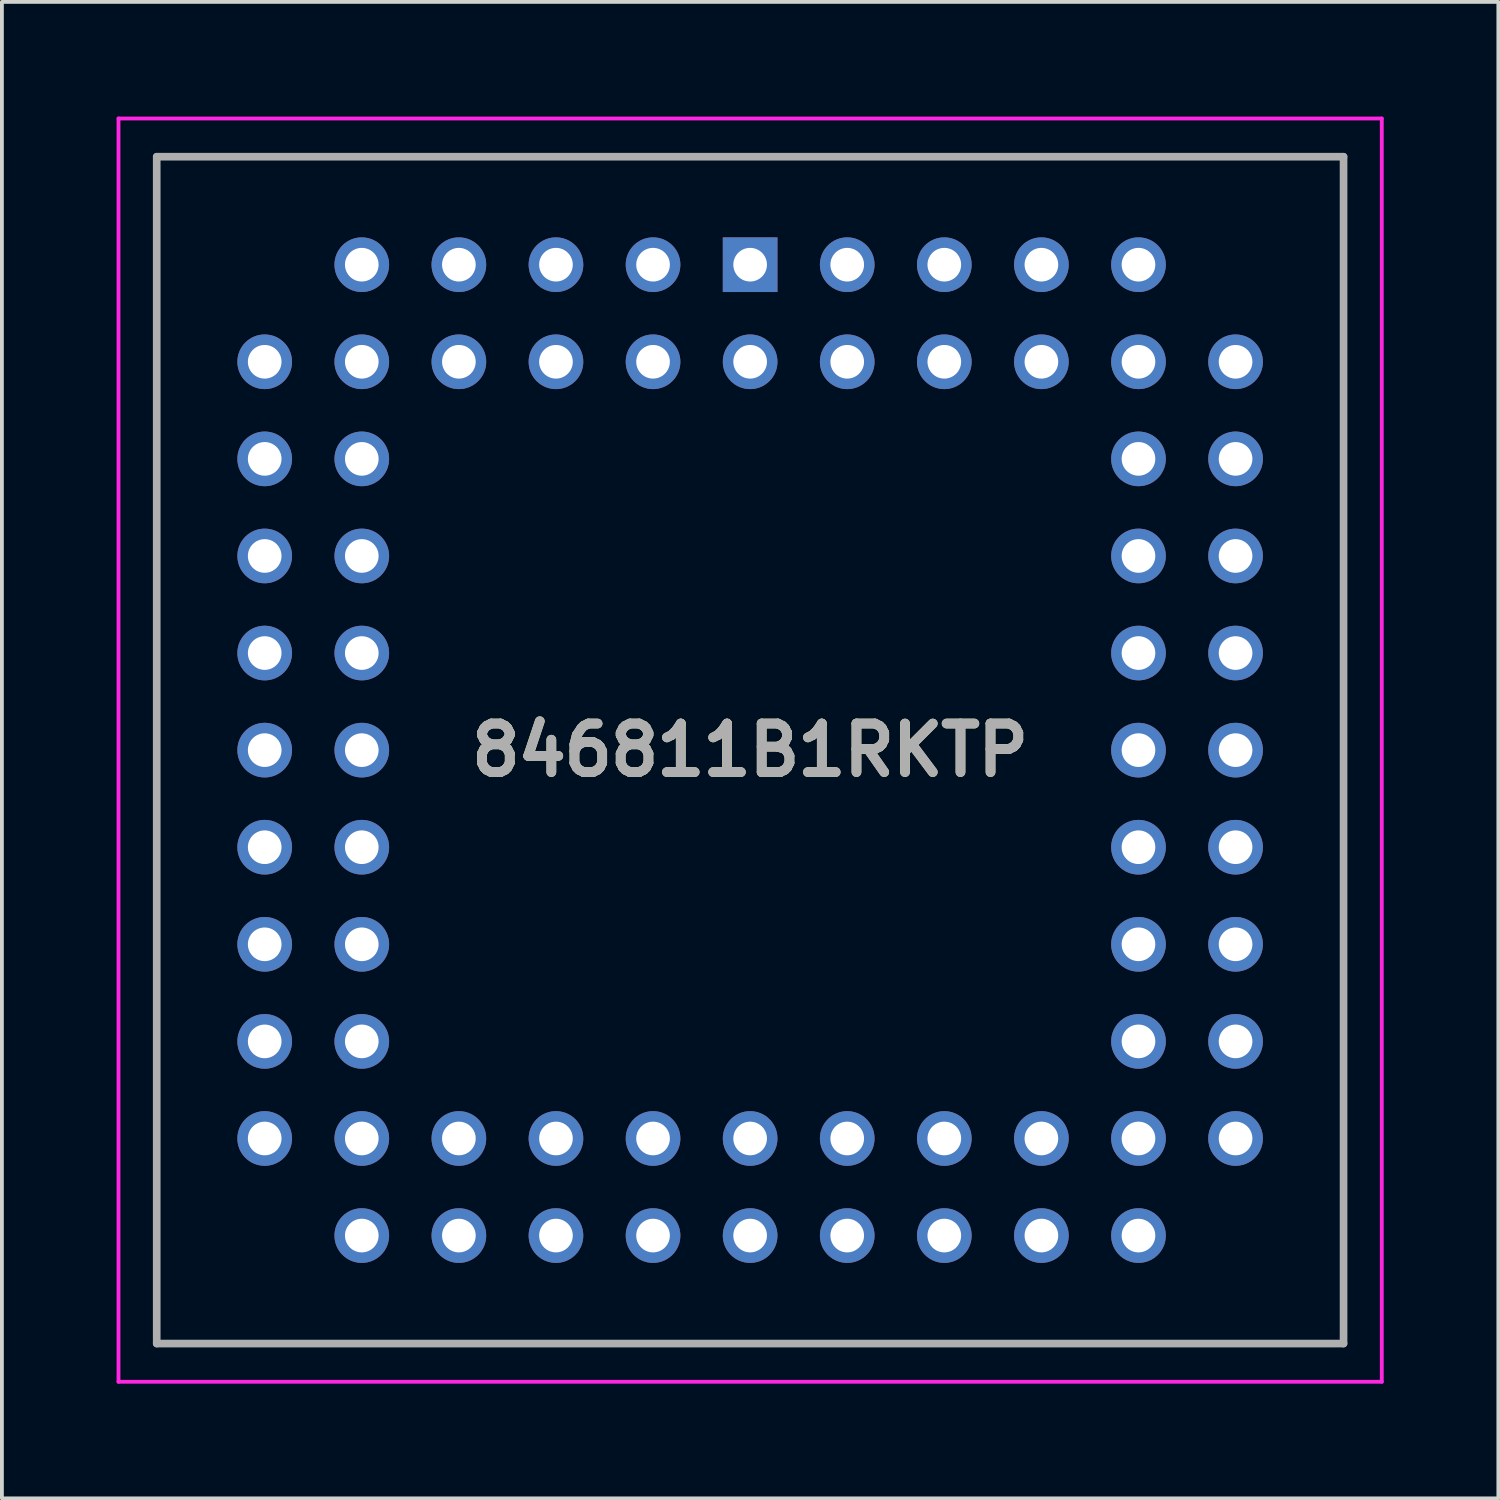
<source format=kicad_pcb>
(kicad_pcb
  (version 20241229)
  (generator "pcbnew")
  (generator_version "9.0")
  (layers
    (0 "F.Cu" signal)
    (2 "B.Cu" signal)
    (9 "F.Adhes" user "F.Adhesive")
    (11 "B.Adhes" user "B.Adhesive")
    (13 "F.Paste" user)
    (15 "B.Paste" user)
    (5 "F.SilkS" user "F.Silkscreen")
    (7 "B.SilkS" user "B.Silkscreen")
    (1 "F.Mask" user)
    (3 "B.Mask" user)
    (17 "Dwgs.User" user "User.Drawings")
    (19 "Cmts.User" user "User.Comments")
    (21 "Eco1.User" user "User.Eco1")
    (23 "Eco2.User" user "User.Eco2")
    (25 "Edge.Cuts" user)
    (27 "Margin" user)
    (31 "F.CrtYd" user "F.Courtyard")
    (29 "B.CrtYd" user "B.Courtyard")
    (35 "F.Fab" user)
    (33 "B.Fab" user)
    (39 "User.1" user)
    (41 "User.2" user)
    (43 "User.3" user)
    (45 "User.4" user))
  (footprint "846811B1RKTP"
    (layer "F.Cu")
    (at 16.575 3.875)
    (property "Reference" "846811B1RKTP" (at 0 12.7 0) (layer "F.SilkS") (effects (font (size 1.27 1.27) (thickness 0.254))))
    (attr through_hole)
    (fp_line (start -15.525 -2.825) (end 15.525 -2.825) (stroke (width 0.1) (type solid)) (layer "F.SilkS"))
    (fp_line (start -15.525 28.225) (end -15.525 -2.825) (stroke (width 0.1) (type solid)) (layer "F.SilkS"))
    (fp_line (start 15.525 -2.825) (end 15.525 28.225) (stroke (width 0.1) (type solid)) (layer "F.SilkS"))
    (fp_line (start 15.525 28.225) (end -15.525 28.225) (stroke (width 0.1) (type solid)) (layer "F.SilkS"))
    (fp_line (start -16.525 -3.825) (end 16.525 -3.825) (stroke (width 0.1) (type solid)) (layer "F.CrtYd"))
    (fp_line (start -16.525 29.225) (end -16.525 -3.825) (stroke (width 0.1) (type solid)) (layer "F.CrtYd"))
    (fp_line (start 16.525 -3.825) (end 16.525 29.225) (stroke (width 0.1) (type solid)) (layer "F.CrtYd"))
    (fp_line (start 16.525 29.225) (end -16.525 29.225) (stroke (width 0.1) (type solid)) (layer "F.CrtYd"))
    (fp_line (start -15.525 -2.825) (end -15.525 28.225) (stroke (width 0.2) (type solid)) (layer "F.Fab"))
    (fp_line (start -15.525 28.225) (end 15.525 28.225) (stroke (width 0.2) (type solid)) (layer "F.Fab"))
    (fp_line (start 15.525 -2.825) (end -15.525 -2.825) (stroke (width 0.2) (type solid)) (layer "F.Fab"))
    (fp_line (start 15.525 28.225) (end 15.525 -2.825) (stroke (width 0.2) (type solid)) (layer "F.Fab"))
    (fp_text user "${REFERENCE}" (at 0 12.7 0) (layer "F.Fab") (effects (font (size 1.27 1.27) (thickness 0.254))))
    (pad "1" thru_hole rect (at 0 0) (size 1.43 1.43) (drill 0.88) (layers "*.Cu" "*.Mask"))
    (pad "2" thru_hole circle (at 0 2.54) (size 1.43 1.43) (drill 0.88) (layers "*.Cu" "*.Mask"))
    (pad "3" thru_hole circle (at -2.54 0) (size 1.43 1.43) (drill 0.88) (layers "*.Cu" "*.Mask"))
    (pad "4" thru_hole circle (at -2.54 2.54) (size 1.43 1.43) (drill 0.88) (layers "*.Cu" "*.Mask"))
    (pad "5" thru_hole circle (at -5.08 0) (size 1.43 1.43) (drill 0.88) (layers "*.Cu" "*.Mask"))
    (pad "6" thru_hole circle (at -5.08 2.54) (size 1.43 1.43) (drill 0.88) (layers "*.Cu" "*.Mask"))
    (pad "7" thru_hole circle (at -7.62 0) (size 1.43 1.43) (drill 0.88) (layers "*.Cu" "*.Mask"))
    (pad "8" thru_hole circle (at -7.62 2.54) (size 1.43 1.43) (drill 0.88) (layers "*.Cu" "*.Mask"))
    (pad "9" thru_hole circle (at -10.16 0) (size 1.43 1.43) (drill 0.88) (layers "*.Cu" "*.Mask"))
    (pad "10" thru_hole circle (at -12.7 2.54) (size 1.43 1.43) (drill 0.88) (layers "*.Cu" "*.Mask"))
    (pad "11" thru_hole circle (at -10.16 2.54) (size 1.43 1.43) (drill 0.88) (layers "*.Cu" "*.Mask"))
    (pad "12" thru_hole circle (at -12.7 5.08) (size 1.43 1.43) (drill 0.88) (layers "*.Cu" "*.Mask"))
    (pad "13" thru_hole circle (at -10.16 5.08) (size 1.43 1.43) (drill 0.88) (layers "*.Cu" "*.Mask"))
    (pad "14" thru_hole circle (at -12.7 7.62) (size 1.43 1.43) (drill 0.88) (layers "*.Cu" "*.Mask"))
    (pad "15" thru_hole circle (at -10.16 7.62) (size 1.43 1.43) (drill 0.88) (layers "*.Cu" "*.Mask"))
    (pad "16" thru_hole circle (at -12.7 10.16) (size 1.43 1.43) (drill 0.88) (layers "*.Cu" "*.Mask"))
    (pad "17" thru_hole circle (at -10.16 10.16) (size 1.43 1.43) (drill 0.88) (layers "*.Cu" "*.Mask"))
    (pad "18" thru_hole circle (at -12.7 12.7) (size 1.43 1.43) (drill 0.88) (layers "*.Cu" "*.Mask"))
    (pad "19" thru_hole circle (at -10.16 12.7) (size 1.43 1.43) (drill 0.88) (layers "*.Cu" "*.Mask"))
    (pad "20" thru_hole circle (at -12.7 15.24) (size 1.43 1.43) (drill 0.88) (layers "*.Cu" "*.Mask"))
    (pad "21" thru_hole circle (at -10.16 15.24) (size 1.43 1.43) (drill 0.88) (layers "*.Cu" "*.Mask"))
    (pad "22" thru_hole circle (at -12.7 17.78) (size 1.43 1.43) (drill 0.88) (layers "*.Cu" "*.Mask"))
    (pad "23" thru_hole circle (at -10.16 17.78) (size 1.43 1.43) (drill 0.88) (layers "*.Cu" "*.Mask"))
    (pad "24" thru_hole circle (at -12.7 20.32) (size 1.43 1.43) (drill 0.88) (layers "*.Cu" "*.Mask"))
    (pad "25" thru_hole circle (at -10.16 20.32) (size 1.43 1.43) (drill 0.88) (layers "*.Cu" "*.Mask"))
    (pad "26" thru_hole circle (at -12.7 22.86) (size 1.43 1.43) (drill 0.88) (layers "*.Cu" "*.Mask"))
    (pad "27" thru_hole circle (at -10.16 25.4) (size 1.43 1.43) (drill 0.88) (layers "*.Cu" "*.Mask"))
    (pad "28" thru_hole circle (at -10.16 22.86) (size 1.43 1.43) (drill 0.88) (layers "*.Cu" "*.Mask"))
    (pad "29" thru_hole circle (at -7.62 25.4) (size 1.43 1.43) (drill 0.88) (layers "*.Cu" "*.Mask"))
    (pad "30" thru_hole circle (at -7.62 22.86) (size 1.43 1.43) (drill 0.88) (layers "*.Cu" "*.Mask"))
    (pad "31" thru_hole circle (at -5.08 25.4) (size 1.43 1.43) (drill 0.88) (layers "*.Cu" "*.Mask"))
    (pad "32" thru_hole circle (at -5.08 22.86) (size 1.43 1.43) (drill 0.88) (layers "*.Cu" "*.Mask"))
    (pad "33" thru_hole circle (at -2.54 25.4) (size 1.43 1.43) (drill 0.88) (layers "*.Cu" "*.Mask"))
    (pad "34" thru_hole circle (at -2.54 22.86) (size 1.43 1.43) (drill 0.88) (layers "*.Cu" "*.Mask"))
    (pad "35" thru_hole circle (at 0 25.4) (size 1.43 1.43) (drill 0.88) (layers "*.Cu" "*.Mask"))
    (pad "36" thru_hole circle (at 0 22.86) (size 1.43 1.43) (drill 0.88) (layers "*.Cu" "*.Mask"))
    (pad "37" thru_hole circle (at 2.54 25.4) (size 1.43 1.43) (drill 0.88) (layers "*.Cu" "*.Mask"))
    (pad "38" thru_hole circle (at 2.54 22.86) (size 1.43 1.43) (drill 0.88) (layers "*.Cu" "*.Mask"))
    (pad "39" thru_hole circle (at 5.08 25.4) (size 1.43 1.43) (drill 0.88) (layers "*.Cu" "*.Mask"))
    (pad "40" thru_hole circle (at 5.08 22.86) (size 1.43 1.43) (drill 0.88) (layers "*.Cu" "*.Mask"))
    (pad "41" thru_hole circle (at 7.62 25.4) (size 1.43 1.43) (drill 0.88) (layers "*.Cu" "*.Mask"))
    (pad "42" thru_hole circle (at 7.62 22.86) (size 1.43 1.43) (drill 0.88) (layers "*.Cu" "*.Mask"))
    (pad "43" thru_hole circle (at 10.16 25.4) (size 1.43 1.43) (drill 0.88) (layers "*.Cu" "*.Mask"))
    (pad "44" thru_hole circle (at 12.7 22.86) (size 1.43 1.43) (drill 0.88) (layers "*.Cu" "*.Mask"))
    (pad "45" thru_hole circle (at 10.16 22.86) (size 1.43 1.43) (drill 0.88) (layers "*.Cu" "*.Mask"))
    (pad "46" thru_hole circle (at 12.7 20.32) (size 1.43 1.43) (drill 0.88) (layers "*.Cu" "*.Mask"))
    (pad "47" thru_hole circle (at 10.16 20.32) (size 1.43 1.43) (drill 0.88) (layers "*.Cu" "*.Mask"))
    (pad "48" thru_hole circle (at 12.7 17.78) (size 1.43 1.43) (drill 0.88) (layers "*.Cu" "*.Mask"))
    (pad "49" thru_hole circle (at 10.16 17.78) (size 1.43 1.43) (drill 0.88) (layers "*.Cu" "*.Mask"))
    (pad "50" thru_hole circle (at 12.7 15.24) (size 1.43 1.43) (drill 0.88) (layers "*.Cu" "*.Mask"))
    (pad "51" thru_hole circle (at 10.16 15.24) (size 1.43 1.43) (drill 0.88) (layers "*.Cu" "*.Mask"))
    (pad "52" thru_hole circle (at 12.7 12.7) (size 1.43 1.43) (drill 0.88) (layers "*.Cu" "*.Mask"))
    (pad "53" thru_hole circle (at 10.16 12.7) (size 1.43 1.43) (drill 0.88) (layers "*.Cu" "*.Mask"))
    (pad "54" thru_hole circle (at 12.7 10.16) (size 1.43 1.43) (drill 0.88) (layers "*.Cu" "*.Mask"))
    (pad "55" thru_hole circle (at 10.16 10.16) (size 1.43 1.43) (drill 0.88) (layers "*.Cu" "*.Mask"))
    (pad "56" thru_hole circle (at 12.7 7.62) (size 1.43 1.43) (drill 0.88) (layers "*.Cu" "*.Mask"))
    (pad "57" thru_hole circle (at 10.16 7.62) (size 1.43 1.43) (drill 0.88) (layers "*.Cu" "*.Mask"))
    (pad "58" thru_hole circle (at 12.7 5.08) (size 1.43 1.43) (drill 0.88) (layers "*.Cu" "*.Mask"))
    (pad "59" thru_hole circle (at 10.16 5.08) (size 1.43 1.43) (drill 0.88) (layers "*.Cu" "*.Mask"))
    (pad "60" thru_hole circle (at 12.7 2.54) (size 1.43 1.43) (drill 0.88) (layers "*.Cu" "*.Mask"))
    (pad "61" thru_hole circle (at 10.16 0) (size 1.43 1.43) (drill 0.88) (layers "*.Cu" "*.Mask"))
    (pad "62" thru_hole circle (at 10.16 2.54) (size 1.43 1.43) (drill 0.88) (layers "*.Cu" "*.Mask"))
    (pad "63" thru_hole circle (at 7.62 0) (size 1.43 1.43) (drill 0.88) (layers "*.Cu" "*.Mask"))
    (pad "64" thru_hole circle (at 7.62 2.54) (size 1.43 1.43) (drill 0.88) (layers "*.Cu" "*.Mask"))
    (pad "65" thru_hole circle (at 5.08 0) (size 1.43 1.43) (drill 0.88) (layers "*.Cu" "*.Mask"))
    (pad "66" thru_hole circle (at 5.08 2.54) (size 1.43 1.43) (drill 0.88) (layers "*.Cu" "*.Mask"))
    (pad "67" thru_hole circle (at 2.54 0) (size 1.43 1.43) (drill 0.88) (layers "*.Cu" "*.Mask"))
    (pad "68" thru_hole circle (at 2.54 2.54) (size 1.43 1.43) (drill 0.88) (layers "*.Cu" "*.Mask")))
  (gr_rect
    (start -3 -3)
    (end 36.15 36.15)
    (stroke (width 0.1) (type default))
    (fill no)
    (layer "Edge.Cuts")))
</source>
